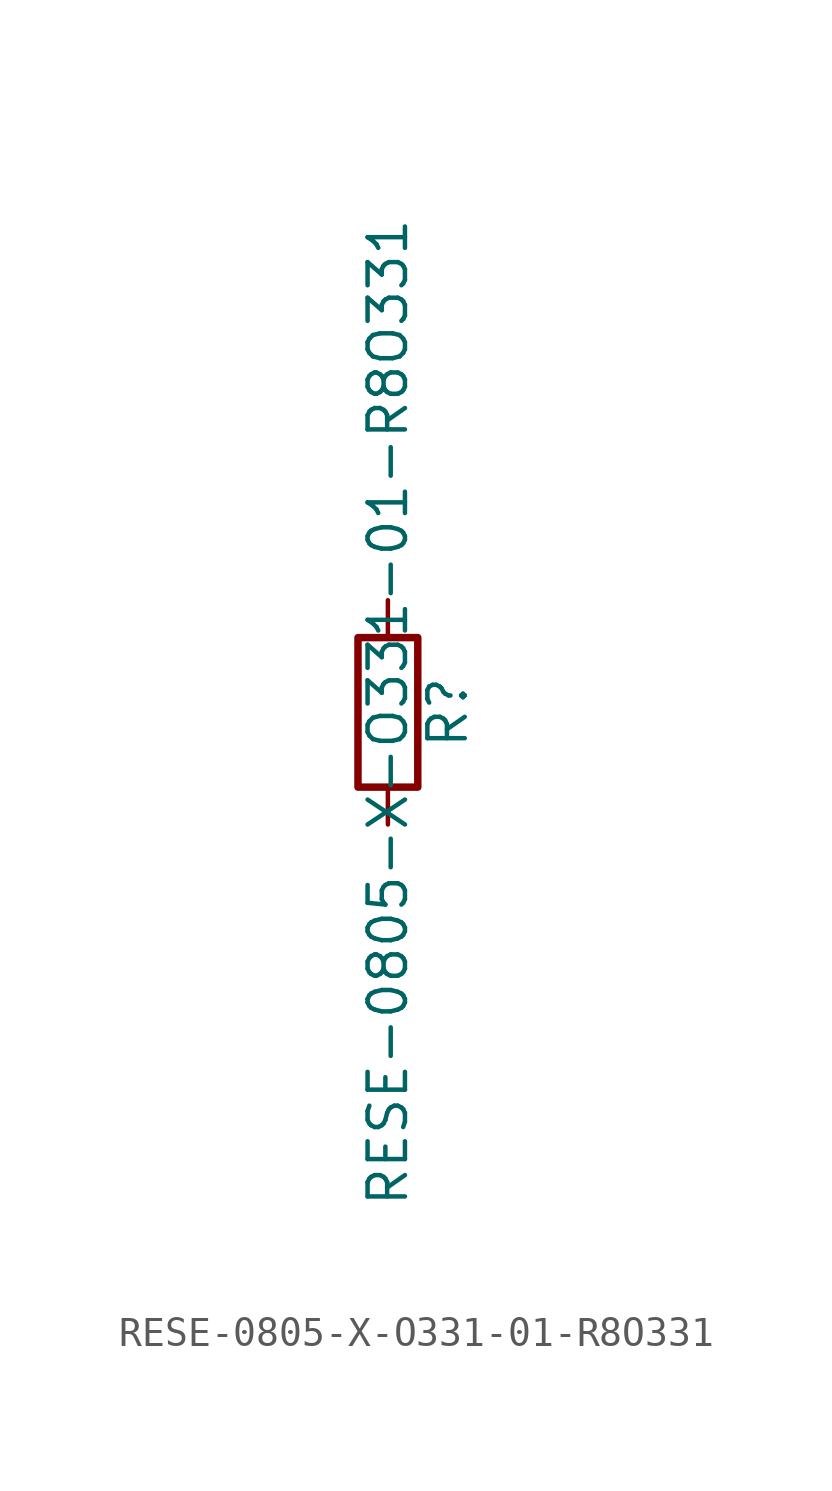
<source format=kicad_sym>
(kicad_symbol_lib
  (version 20211014)
  (generator kicad_symbol_editor)
  (symbol "RESE-0805-X-O331-01-R8O331"
    (pin_numbers hide)
    (pin_names
      (offset 0))
    (property "Reference" "R"
      (at 2.032 0 90)
      (effects (font (size 1.27 1.27))))
    (property "Value" "RESE-0805-X-O331-01-R8O331"
      (at 0 0 90)
      (effects (font (size 1.27 1.27))))
    (symbol "RESE-0805-X-O331-01-R8O331_0_1"
      (rectangle (start -1.016 -2.54) (end 1.016 2.54) (stroke (width 0.254) (type default) (color 0 0 0 0)) (fill (type none))))
    (symbol "RESE-0805-X-O331-01-R8O331_1_1"
      (pin passive line (at 0 3.81 270) (length 1.27) (name "~" (effects (font (size 1.27 1.27)))) (number "1" (effects (font (size 1.27 1.27)))))
      (pin passive line (at 0 -3.81 90) (length 1.27) (name "~" (effects (font (size 1.27 1.27)))) (number "2" (effects (font (size 1.27 1.27))))))))
</source>
